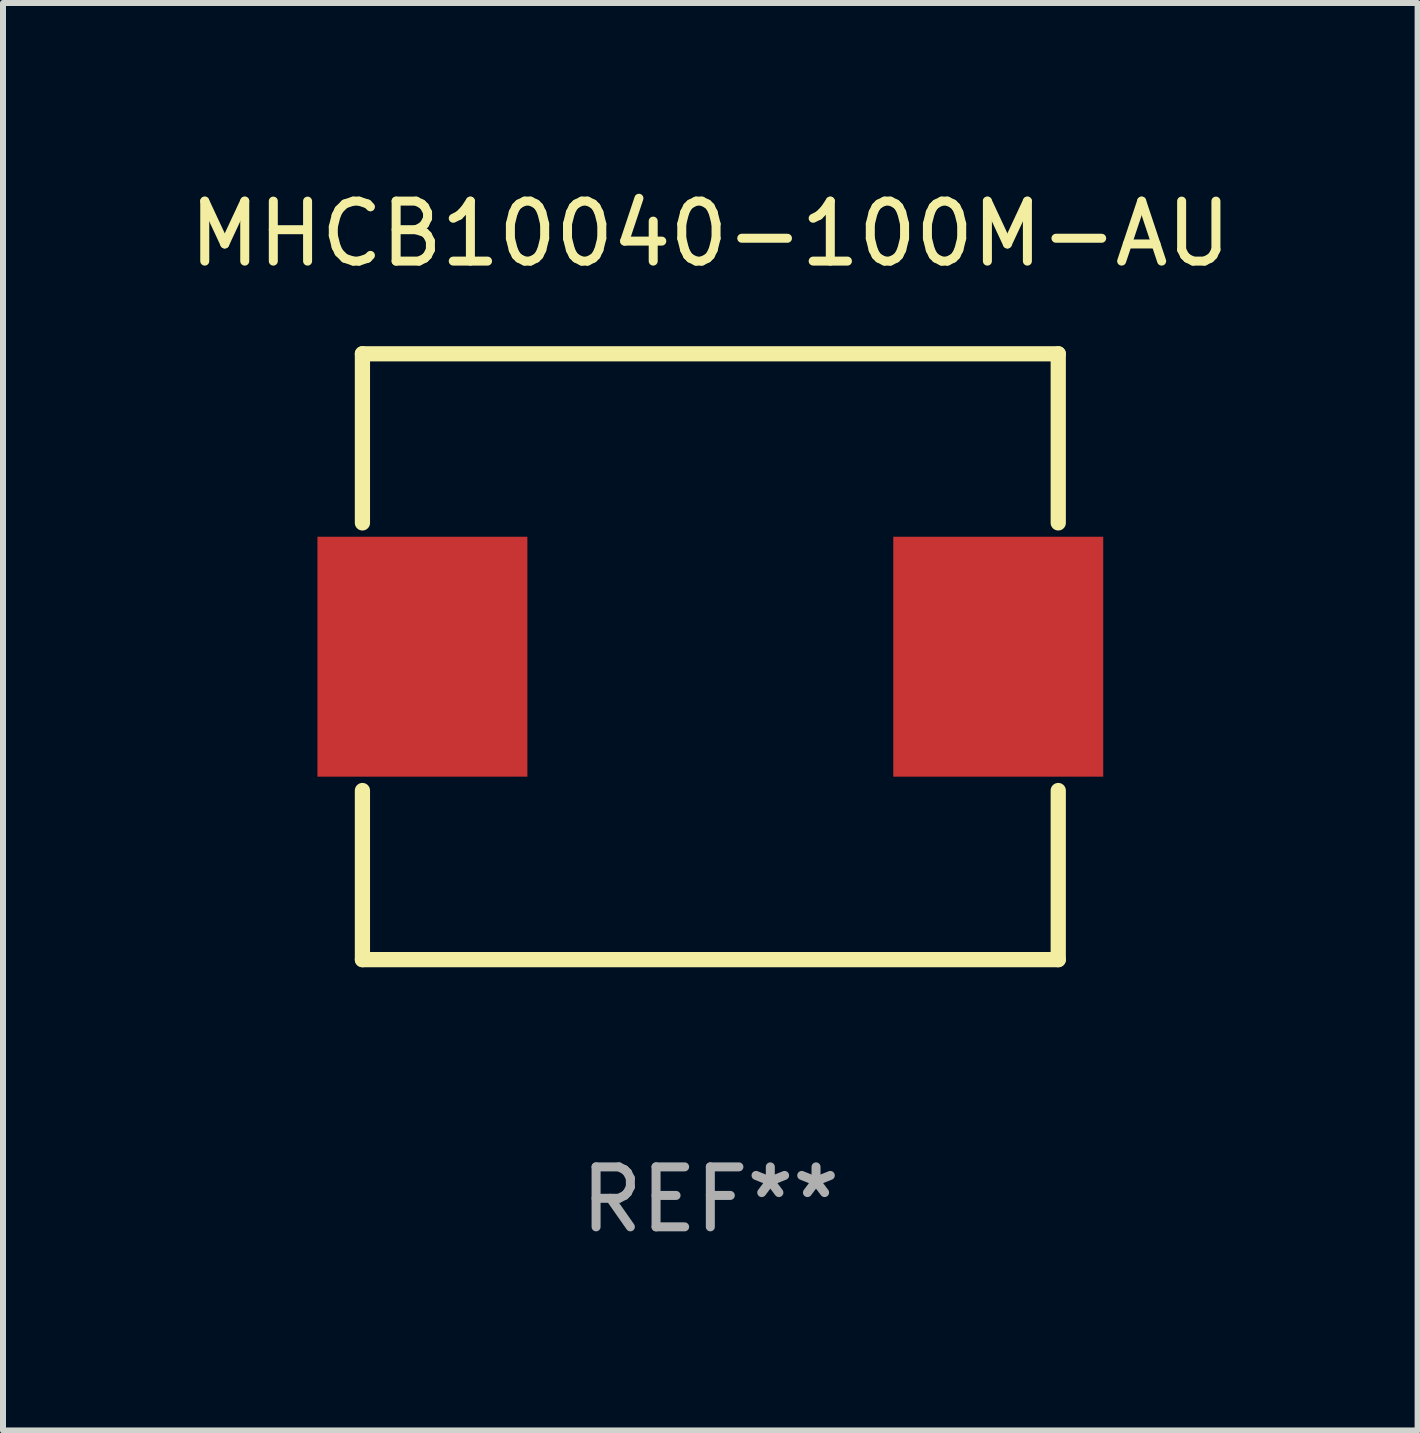
<source format=kicad_pcb>
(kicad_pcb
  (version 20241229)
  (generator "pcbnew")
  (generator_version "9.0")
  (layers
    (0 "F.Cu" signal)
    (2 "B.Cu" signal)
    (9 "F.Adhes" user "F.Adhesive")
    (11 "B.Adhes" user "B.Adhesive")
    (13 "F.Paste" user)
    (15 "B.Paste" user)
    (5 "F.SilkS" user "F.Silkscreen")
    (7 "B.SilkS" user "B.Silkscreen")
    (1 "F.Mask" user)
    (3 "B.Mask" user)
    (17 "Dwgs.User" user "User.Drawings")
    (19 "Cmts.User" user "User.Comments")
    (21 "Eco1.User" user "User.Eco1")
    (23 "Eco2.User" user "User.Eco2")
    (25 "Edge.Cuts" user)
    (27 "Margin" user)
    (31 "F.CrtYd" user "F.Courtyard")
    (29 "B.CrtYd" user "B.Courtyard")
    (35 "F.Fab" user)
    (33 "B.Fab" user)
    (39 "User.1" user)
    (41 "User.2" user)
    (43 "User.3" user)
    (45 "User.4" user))
  (footprint "MHCB10040-100M-AU"
    (layer "F.Cu")
    (at 8.792 7.898)
    (property "Reference" "MHCB10040-100M-AU" (at 0 -7.05 0) (layer "F.SilkS") (effects (font (size 1 1) (thickness 0.15))))
    (attr through_hole)
    (fp_line (start -5.8 -5.05) (end 5.8 -5.05) (stroke (width 0.254) (type solid)) (layer "F.SilkS"))
    (fp_line (start -5.8 -2.231) (end -5.8 -5.05) (stroke (width 0.254) (type solid)) (layer "F.SilkS"))
    (fp_line (start -5.8 5.05) (end -5.8 2.231) (stroke (width 0.254) (type solid)) (layer "F.SilkS"))
    (fp_line (start 5.8 -5.05) (end 5.8 -2.231) (stroke (width 0.254) (type solid)) (layer "F.SilkS"))
    (fp_line (start 5.8 2.231) (end 5.8 5.05) (stroke (width 0.254) (type solid)) (layer "F.SilkS"))
    (fp_line (start 5.8 5.05) (end -5.8 5.05) (stroke (width 0.254) (type solid)) (layer "F.SilkS"))
    (fp_circle (center -5.8 5.05) (end -5.77 5.05) (stroke (width 0.06) (type solid)) (fill no) (layer "F.SilkS"))
    (fp_text user "REF**" (at 0 9.05 0) (layer "F.Fab") (effects (font (size 1 1) (thickness 0.15))))
    (pad "1" smd rect (at -4.8 0) (size 3.5 4) (layers "F.Cu" "F.Mask" "F.Paste"))
    (pad "2" smd rect (at 4.8 0) (size 3.5 4) (layers "F.Cu" "F.Mask" "F.Paste")))
  (gr_rect
    (start -3 -3)
    (end 20.583 20.797)
    (stroke (width 0.1) (type default))
    (fill no)
    (layer "Edge.Cuts")))
</source>
